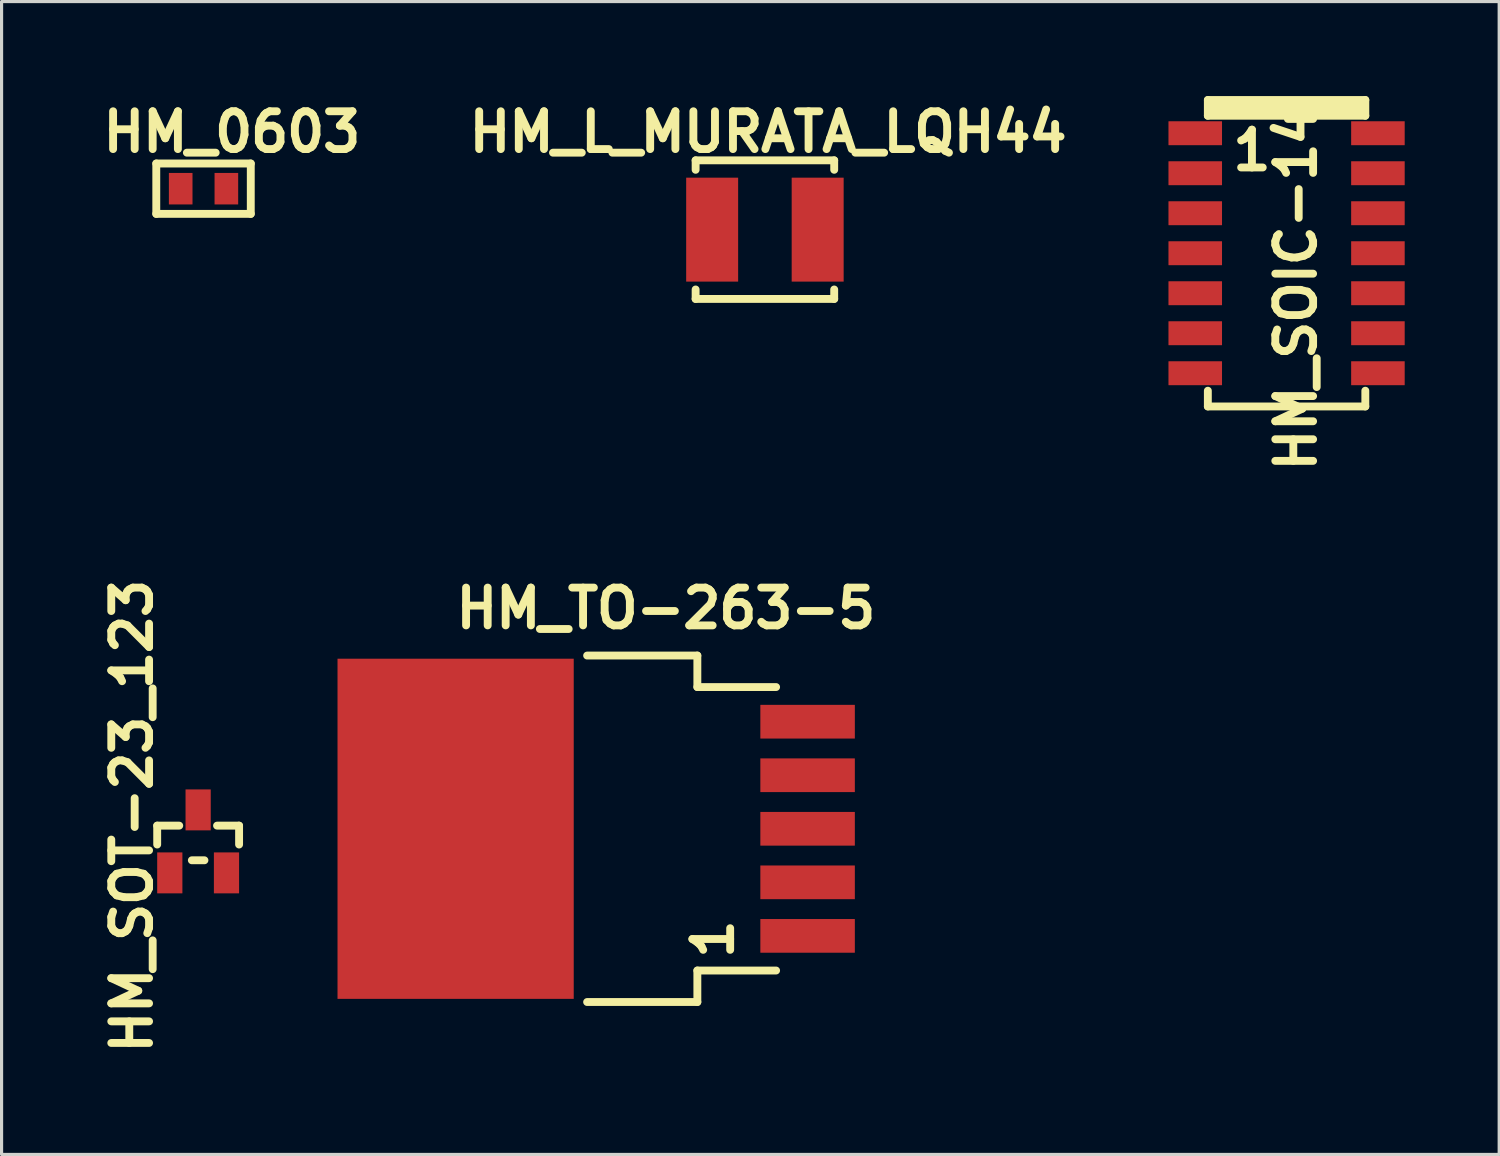
<source format=kicad_pcb>
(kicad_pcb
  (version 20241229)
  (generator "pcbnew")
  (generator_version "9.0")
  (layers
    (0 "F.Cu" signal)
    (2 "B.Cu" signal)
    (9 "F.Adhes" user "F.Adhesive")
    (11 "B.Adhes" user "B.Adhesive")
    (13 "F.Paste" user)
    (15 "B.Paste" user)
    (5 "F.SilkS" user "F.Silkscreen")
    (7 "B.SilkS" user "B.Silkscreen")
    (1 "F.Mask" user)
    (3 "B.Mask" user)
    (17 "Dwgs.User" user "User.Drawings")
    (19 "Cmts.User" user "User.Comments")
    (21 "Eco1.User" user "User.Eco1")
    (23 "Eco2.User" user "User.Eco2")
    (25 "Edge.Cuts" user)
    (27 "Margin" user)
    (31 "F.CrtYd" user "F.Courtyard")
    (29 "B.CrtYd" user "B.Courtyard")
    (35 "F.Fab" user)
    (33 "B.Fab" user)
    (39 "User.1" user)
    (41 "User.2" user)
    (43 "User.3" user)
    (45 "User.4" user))
  (footprint "HM_0603"
    (layer "F.Cu")
    (at 3.412 2.941)
    (property "Reference" "HM_0603" (at 0.9 -1.8 0) (layer "F.SilkS") (effects (font (size 1.2 1.2) (thickness 0.25))))
    (attr smd)
    (fp_line (start -1.5 -0.8) (end 1.5 -0.8) (stroke (width 0.25) (type solid)) (layer "F.SilkS"))
    (fp_line (start -1.5 0.8) (end -1.5 -0.8) (stroke (width 0.25) (type solid)) (layer "F.SilkS"))
    (fp_line (start 1.5 -0.8) (end 1.5 0.8) (stroke (width 0.25) (type solid)) (layer "F.SilkS"))
    (fp_line (start 1.5 0.8) (end -1.5 0.8) (stroke (width 0.25) (type solid)) (layer "F.SilkS"))
    (pad "1" smd rect (at -0.725 0) (size 0.75 1) (layers "F.Cu" "F.Mask" "F.Paste"))
    (pad "2" smd rect (at 0.725 0) (size 0.75 1) (layers "F.Cu" "F.Mask" "F.Paste")))
  (footprint "HM_TO-263-5"
    (layer "F.Cu")
    (at 22.591 23.264)
    (property "Reference" "HM_TO-263-5" (at -4.5 -7 0) (layer "F.SilkS") (effects (font (size 1.2 1.2) (thickness 0.25))))
    (attr smd)
    (fp_line (start -7 -5.5) (end -3.5 -5.5) (stroke (width 0.25) (type solid)) (layer "F.SilkS"))
    (fp_line (start -7 5.5) (end -3.5 5.5) (stroke (width 0.25) (type solid)) (layer "F.SilkS"))
    (fp_line (start -3.5 -5.5) (end -3.5 -4.5) (stroke (width 0.25) (type solid)) (layer "F.SilkS"))
    (fp_line (start -3.5 -4.5) (end -1 -4.5) (stroke (width 0.25) (type solid)) (layer "F.SilkS"))
    (fp_line (start -3.5 4.5) (end -1 4.5) (stroke (width 0.25) (type solid)) (layer "F.SilkS"))
    (fp_line (start -3.5 5.5) (end -3.5 4.5) (stroke (width 0.25) (type solid)) (layer "F.SilkS"))
    (fp_text user "1" (at -3 3.5 90) (layer "F.SilkS") (effects (font (size 1.2 1.2) (thickness 0.25))))
    (pad "1" smd rect (at 0 3.4) (size 3 1.07) (layers "F.Cu" "F.Mask" "F.Paste"))
    (pad "2" smd rect (at 0 1.7) (size 3 1.07) (layers "F.Cu" "F.Mask" "F.Paste"))
    (pad "3" smd rect (at 0 0) (size 3 1.07) (layers "F.Cu" "F.Mask" "F.Paste"))
    (pad "4" smd rect (at 0 -1.7) (size 3 1.07) (layers "F.Cu" "F.Mask" "F.Paste"))
    (pad "5" smd rect (at 0 -3.4) (size 3 1.07) (layers "F.Cu" "F.Mask" "F.Paste"))
    (pad "TAB" smd rect (at -11.175 0) (size 7.5 10.8) (layers "F.Cu" "F.Mask" "F.Paste")))
  (footprint "HM_SOT-23_123"
    (layer "F.Cu")
    (at 3.241 24.664)
    (property "Reference" "HM_SOT-23_123" (at -2.1 -1.8 90) (layer "F.SilkS") (effects (font (size 1.2 1.2) (thickness 0.25))))
    (attr smd)
    (fp_line (start -1.3 -1.5) (end -0.6 -1.5) (stroke (width 0.25) (type solid)) (layer "F.SilkS"))
    (fp_line (start -1.3 -0.9) (end -1.3 -1.5) (stroke (width 0.25) (type solid)) (layer "F.SilkS"))
    (fp_line (start -0.2 -0.4) (end 0.2 -0.4) (stroke (width 0.25) (type solid)) (layer "F.SilkS"))
    (fp_line (start 0.6 -1.5) (end 1.3 -1.5) (stroke (width 0.25) (type solid)) (layer "F.SilkS"))
    (fp_line (start 1.3 -1.5) (end 1.3 -0.9) (stroke (width 0.25) (type solid)) (layer "F.SilkS"))
    (pad "1" smd rect (at -0.9 0) (size 0.8 1.3) (layers "F.Cu" "F.Mask" "F.Paste"))
    (pad "2" smd rect (at 0.9 0) (size 0.8 1.3) (layers "F.Cu" "F.Mask" "F.Paste"))
    (pad "3" smd rect (at 0 -2) (size 0.8 1.3) (layers "F.Cu" "F.Mask" "F.Paste")))
  (footprint "HM_SOIC-14"
    (layer "F.Cu")
    (at 37.799 5.625)
    (property "Reference" "HM_SOIC-14" (at 0.3 0.5 90) (layer "F.SilkS") (effects (font (size 1.2 1.2) (thickness 0.25))))
    (attr smd)
    (fp_line (start -2.5 -5.5) (end 2.5 -5.5) (stroke (width 0.25) (type solid)) (layer "F.SilkS"))
    (fp_line (start -2.5 -5) (end -2.5 -5.5) (stroke (width 0.25) (type solid)) (layer "F.SilkS"))
    (fp_line (start -2.5 3.73) (end -2.5 4.23) (stroke (width 0.25) (type solid)) (layer "F.SilkS"))
    (fp_line (start -2.5 4.23) (end 2.5 4.23) (stroke (width 0.25) (type solid)) (layer "F.SilkS"))
    (fp_line (start 2.5 -5.5) (end 2.5 -5) (stroke (width 0.25) (type solid)) (layer "F.SilkS"))
    (fp_line (start 2.5 -5) (end -2.5 -5) (stroke (width 0.25) (type solid)) (layer "F.SilkS"))
    (fp_line (start 2.5 4.23) (end 2.5 3.73) (stroke (width 0.25) (type solid)) (layer "F.SilkS"))
    (fp_poly (pts (xy 2.5 -5) (xy -2.5 -5) (xy -2.5 -5.5) (xy 2.5 -5.5)) (stroke (width 0.1) (type solid)) (fill yes) (layer "F.SilkS"))
    (fp_text user "1" (at -1.1 -3.9 180) (layer "F.SilkS") (effects (font (size 1.2 1.2) (thickness 0.25))))
    (pad "1" smd rect (at -2.9 -4.445 180) (size 1.7 0.76) (layers "F.Cu" "F.Mask" "F.Paste"))
    (pad "2" smd rect (at -2.9 -3.175 180) (size 1.7 0.76) (layers "F.Cu" "F.Mask" "F.Paste"))
    (pad "3" smd rect (at -2.9 -1.905 180) (size 1.7 0.76) (layers "F.Cu" "F.Mask" "F.Paste"))
    (pad "4" smd rect (at -2.9 -0.635 180) (size 1.7 0.76) (layers "F.Cu" "F.Mask" "F.Paste"))
    (pad "5" smd rect (at -2.9 0.635 180) (size 1.7 0.76) (layers "F.Cu" "F.Mask" "F.Paste"))
    (pad "6" smd rect (at -2.9 1.905 180) (size 1.7 0.76) (layers "F.Cu" "F.Mask" "F.Paste"))
    (pad "7" smd rect (at -2.9 3.175 180) (size 1.7 0.76) (layers "F.Cu" "F.Mask" "F.Paste"))
    (pad "8" smd rect (at 2.9 3.175 180) (size 1.7 0.76) (layers "F.Cu" "F.Mask" "F.Paste"))
    (pad "9" smd rect (at 2.9 1.905 180) (size 1.7 0.76) (layers "F.Cu" "F.Mask" "F.Paste"))
    (pad "10" smd rect (at 2.9 0.635 180) (size 1.7 0.76) (layers "F.Cu" "F.Mask" "F.Paste"))
    (pad "11" smd rect (at 2.9 -0.635 180) (size 1.7 0.76) (layers "F.Cu" "F.Mask" "F.Paste"))
    (pad "12" smd rect (at 2.9 -1.905 180) (size 1.7 0.76) (layers "F.Cu" "F.Mask" "F.Paste"))
    (pad "13" smd rect (at 2.9 -3.175 180) (size 1.7 0.76) (layers "F.Cu" "F.Mask" "F.Paste"))
    (pad "14" smd rect (at 2.9 -4.445 180) (size 1.7 0.76) (layers "F.Cu" "F.Mask" "F.Paste")))
  (footprint "HM_L_MURATA_LQH44"
    (layer "F.Cu")
    (at 21.236 4.241)
    (property "Reference" "HM_L_MURATA_LQH44" (at 0.1 -3.1 180) (layer "F.SilkS") (effects (font (size 1.2 1.2) (thickness 0.25))))
    (attr smd)
    (fp_line (start -2.2 -2.2) (end -2.2 -1.9) (stroke (width 0.25) (type solid)) (layer "F.SilkS"))
    (fp_line (start -2.2 -2.2) (end 2.2 -2.2) (stroke (width 0.25) (type solid)) (layer "F.SilkS"))
    (fp_line (start -2.2 2.2) (end -2.2 1.9) (stroke (width 0.25) (type solid)) (layer "F.SilkS"))
    (fp_line (start -2.2 2.2) (end 2.2 2.2) (stroke (width 0.25) (type solid)) (layer "F.SilkS"))
    (fp_line (start 2.2 -2.2) (end 2.2 -1.9) (stroke (width 0.25) (type solid)) (layer "F.SilkS"))
    (fp_line (start 2.2 2.2) (end 2.2 1.9) (stroke (width 0.25) (type solid)) (layer "F.SilkS"))
    (pad "1" smd rect (at -1.675 0) (size 1.65 3.3) (layers "F.Cu" "F.Mask" "F.Paste"))
    (pad "2" smd rect (at 1.675 0) (size 1.65 3.3) (layers "F.Cu" "F.Mask" "F.Paste")))
  (gr_rect
    (start -3 -3)
    (end 44.549 33.604)
    (stroke (width 0.1) (type default))
    (fill no)
    (layer "Edge.Cuts")))
</source>
